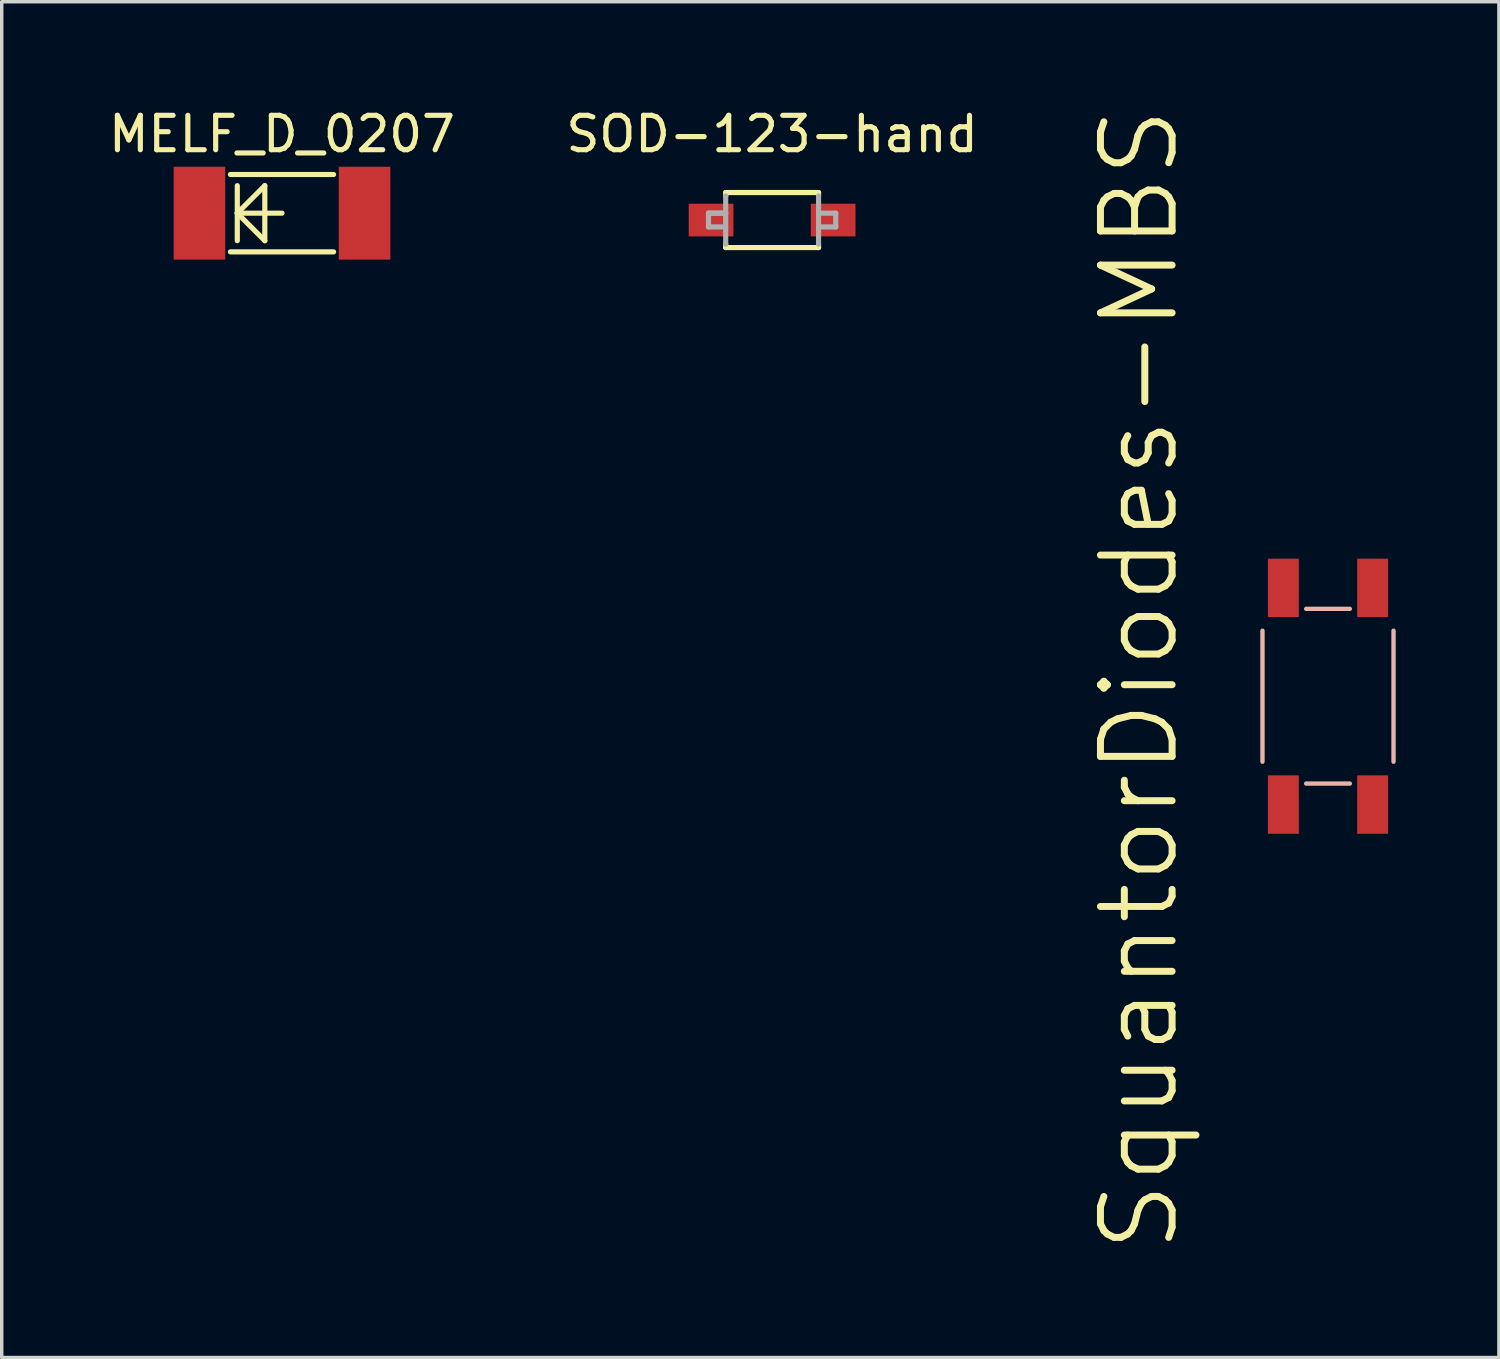
<source format=kicad_pcb>
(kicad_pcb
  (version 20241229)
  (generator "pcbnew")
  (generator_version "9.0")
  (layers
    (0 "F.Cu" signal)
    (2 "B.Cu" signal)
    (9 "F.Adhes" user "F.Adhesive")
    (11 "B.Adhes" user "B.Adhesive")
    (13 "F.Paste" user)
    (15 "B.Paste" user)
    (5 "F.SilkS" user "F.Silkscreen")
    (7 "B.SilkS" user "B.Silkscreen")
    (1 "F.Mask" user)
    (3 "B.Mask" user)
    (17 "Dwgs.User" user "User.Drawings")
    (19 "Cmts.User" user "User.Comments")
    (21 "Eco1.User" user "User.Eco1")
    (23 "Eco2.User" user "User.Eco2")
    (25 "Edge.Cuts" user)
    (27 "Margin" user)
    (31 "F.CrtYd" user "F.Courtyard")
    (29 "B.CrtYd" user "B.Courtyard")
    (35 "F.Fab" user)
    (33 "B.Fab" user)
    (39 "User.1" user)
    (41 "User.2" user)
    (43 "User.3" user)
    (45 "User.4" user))
  (footprint "SOD-123-hand"
    (layer "F.Cu")
    (at 19.399 3.348)
    (property "Reference" "SOD-123-hand" (at 0 -2.5 0) (layer "F.SilkS") (effects (font (size 1 1) (thickness 0.15))))
    (attr through_hole)
    (fp_line (start -1.35 -0.8) (end -1.35 -0.7) (stroke (width 0.15) (type solid)) (layer "F.SilkS"))
    (fp_line (start -1.35 -0.8) (end 1.35 -0.8) (stroke (width 0.15) (type solid)) (layer "F.SilkS"))
    (fp_line (start -1.35 0.8) (end -1.35 0.7) (stroke (width 0.15) (type solid)) (layer "F.SilkS"))
    (fp_line (start -1.35 0.8) (end 1.35 0.8) (stroke (width 0.15) (type solid)) (layer "F.SilkS"))
    (fp_line (start 1.35 -0.8) (end 1.35 -0.7) (stroke (width 0.15) (type solid)) (layer "F.SilkS"))
    (fp_line (start 1.35 0.8) (end 1.35 0.7) (stroke (width 0.15) (type solid)) (layer "F.SilkS"))
    (fp_line (start -1.85 -0.2) (end -1.85 0.2) (stroke (width 0.15) (type solid)) (layer "F.Fab"))
    (fp_line (start -1.85 0.2) (end -1.35 0.2) (stroke (width 0.15) (type solid)) (layer "F.Fab"))
    (fp_line (start -1.35 -0.7) (end -1.35 0.7) (stroke (width 0.15) (type solid)) (layer "F.Fab"))
    (fp_line (start -1.35 -0.2) (end -1.85 -0.2) (stroke (width 0.15) (type solid)) (layer "F.Fab"))
    (fp_line (start -1.35 -0.2) (end -1.85 -0.2) (stroke (width 0.15) (type solid)) (layer "F.Fab"))
    (fp_line (start 1.35 -0.2) (end 1.85 -0.2) (stroke (width 0.15) (type solid)) (layer "F.Fab"))
    (fp_line (start 1.35 0.7) (end 1.35 -0.7) (stroke (width 0.15) (type solid)) (layer "F.Fab"))
    (fp_line (start 1.85 -0.2) (end 1.85 0.2) (stroke (width 0.15) (type solid)) (layer "F.Fab"))
    (fp_line (start 1.85 0.2) (end 1.35 0.2) (stroke (width 0.15) (type solid)) (layer "F.Fab"))
    (pad "1" smd rect (at -1.775 0) (size 1.3 0.95) (layers "F.Cu" "F.Mask" "F.Paste"))
    (pad "2" smd rect (at 1.775 0) (size 1.3 0.95) (layers "F.Cu" "F.Mask" "F.Paste")))
  (footprint "SquantorDiodes-MBS"
    (layer "F.Cu")
    (at 35.561 17.192)
    (property "Reference" "SquantorDiodes-MBS" (at -5.486 -0.483 90) (layer "F.SilkS") (effects (font (size 2.083 2.083) (thickness 0.203))))
    (attr smd)
    (fp_line (start -1.905 -1.905) (end -1.905 1.905) (stroke (width 0.127) (type solid)) (layer "B.SilkS"))
    (fp_line (start -0.635 -2.54) (end 0.635 -2.54) (stroke (width 0.127) (type solid)) (layer "B.SilkS"))
    (fp_line (start -0.635 2.54) (end 0.635 2.54) (stroke (width 0.127) (type solid)) (layer "B.SilkS"))
    (fp_line (start 1.905 -1.905) (end 1.905 1.905) (stroke (width 0.127) (type solid)) (layer "B.SilkS"))
    (pad "+" smd rect (at 1.298 -3.15 90) (size 1.699 0.899) (layers "F.Cu" "F.Mask" "F.Paste"))
    (pad "-" smd rect (at -1.298 -3.15 270) (size 1.699 0.899) (layers "F.Cu" "F.Mask" "F.Paste"))
    (pad "AC@1" smd rect (at -1.298 3.15 270) (size 1.699 0.899) (layers "F.Cu" "F.Mask" "F.Paste"))
    (pad "AC@2" smd rect (at 1.298 3.15 90) (size 1.699 0.899) (layers "F.Cu" "F.Mask" "F.Paste")))
  (footprint "MELF_D_0207"
    (layer "F.Cu")
    (at 5.149 3.148)
    (property "Reference" "MELF_D_0207" (at 0 -2.3 0) (layer "F.SilkS") (effects (font (size 1 1) (thickness 0.15))))
    (attr through_hole)
    (fp_line (start -1.5 -1.125) (end 1.5 -1.125) (stroke (width 0.15) (type solid)) (layer "F.SilkS"))
    (fp_line (start -1.5 1.125) (end 1.5 1.125) (stroke (width 0.15) (type solid)) (layer "F.SilkS"))
    (fp_line (start -1.3 -0.8) (end -1.3 0.8) (stroke (width 0.15) (type solid)) (layer "F.SilkS"))
    (fp_line (start -1.3 0) (end -0.5 -0.8) (stroke (width 0.15) (type solid)) (layer "F.SilkS"))
    (fp_line (start -1.3 0) (end 0 0) (stroke (width 0.15) (type solid)) (layer "F.SilkS"))
    (fp_line (start -0.5 -0.8) (end -0.5 0.8) (stroke (width 0.15) (type solid)) (layer "F.SilkS"))
    (fp_line (start -0.5 0.8) (end -1.3 0) (stroke (width 0.15) (type solid)) (layer "F.SilkS"))
    (pad "1" smd rect (at -2.4 0) (size 1.5 2.7) (layers "F.Cu" "F.Mask" "F.Paste"))
    (pad "2" smd rect (at 2.4 0) (size 1.5 2.7) (layers "F.Cu" "F.Mask" "F.Paste")))
  (gr_rect
    (start -3 -3)
    (end 40.53 36.419)
    (stroke (width 0.1) (type default))
    (fill no)
    (layer "Edge.Cuts")))
</source>
